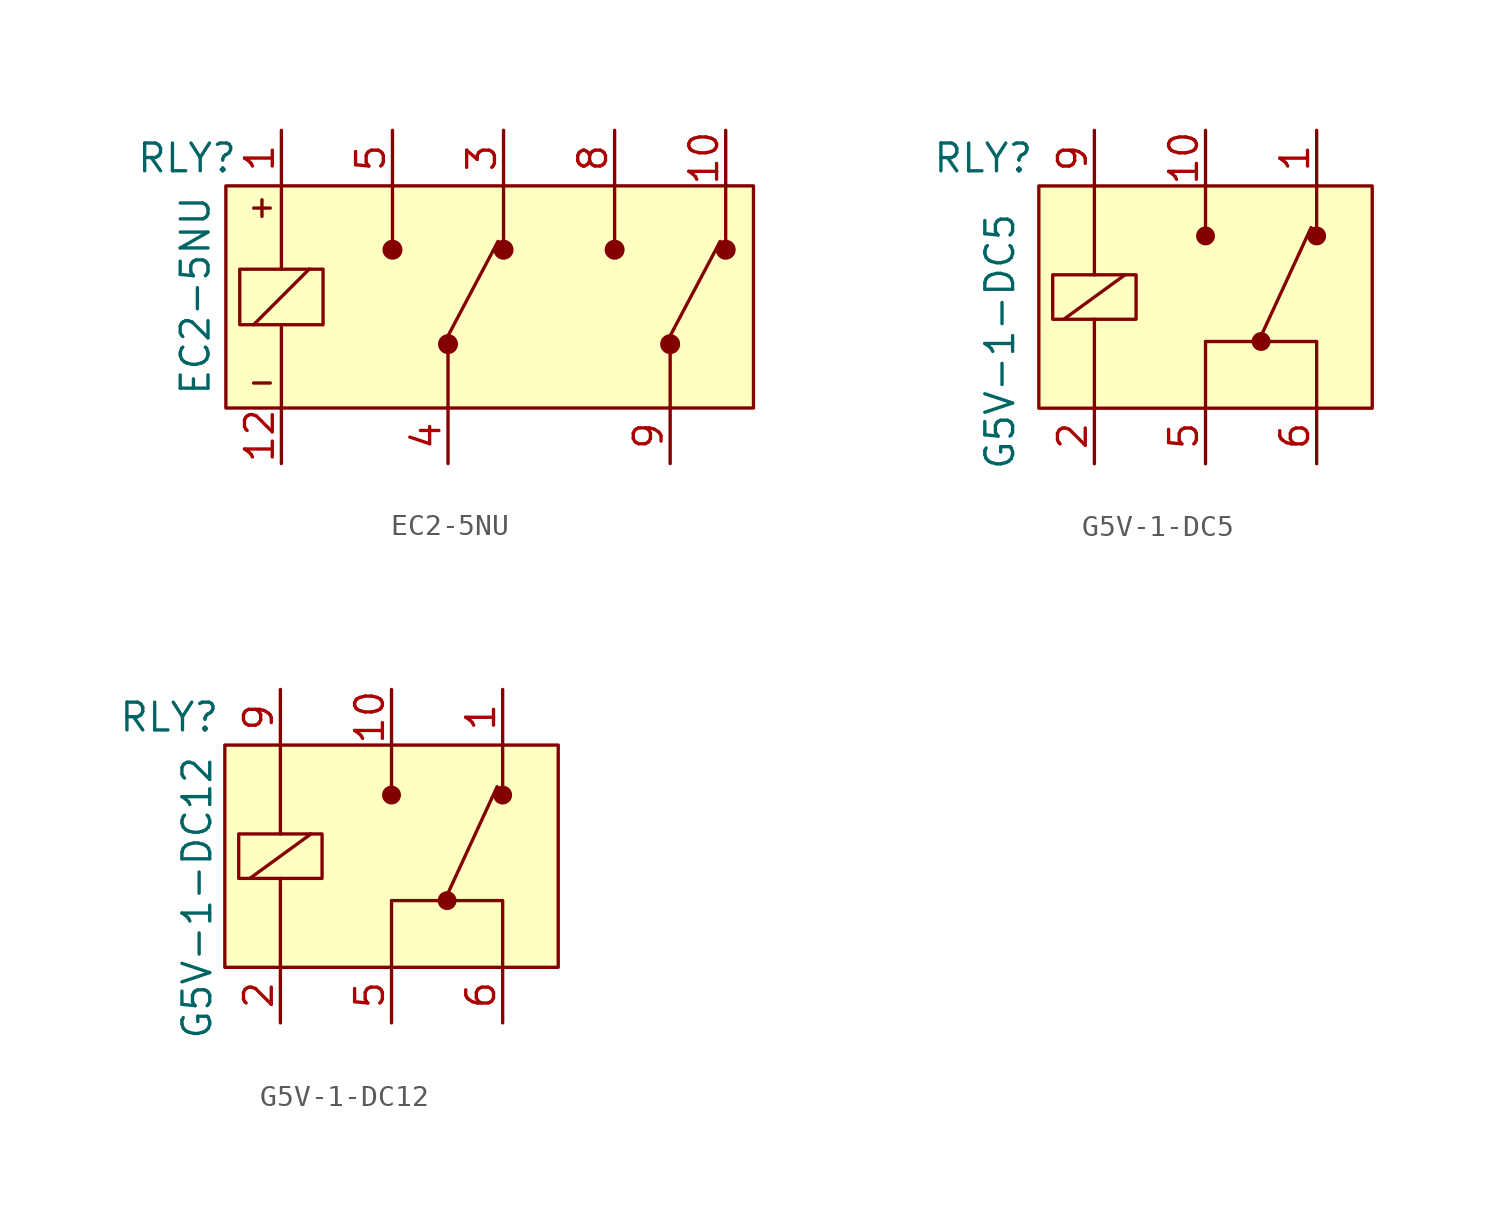
<source format=kicad_sym>
(kicad_symbol_lib
  (version 20231120)
  (generator "kicad_symbol_editor")
  (generator_version "8.0")
  (symbol "EC2-5NU"
    (pin_names
      (offset 1.016) hide)
    (property "Reference" "RLY"
      (at -14.478 6.35 0)
      (effects (font (size 1.27 1.27))))
    (property "Value" "EC2-5NU"
      (at -14.097 4.699 90)
      (effects (font (size 1.27 1.27)) (justify right)))
    (symbol "EC2-5NU_0_1"
      (rectangle (start -12.065 1.27) (end -8.255 -1.27) (stroke (width 0) (type solid)) (fill (type none)))
      (circle (center -5.08 2.159) (radius 0.381) (stroke (width 0) (type solid)) (fill (type outline)))
      (circle (center -2.54 -2.159) (radius 0.381) (stroke (width 0) (type solid)) (fill (type outline)))
      (polyline (pts (xy -11.43 -3.937) (xy -10.668 -3.937)) (stroke (width 0) (type solid)) (fill (type none)))
      (polyline (pts (xy -11.43 -1.27) (xy -8.89 1.27)) (stroke (width 0) (type solid)) (fill (type none)))
      (polyline (pts (xy -11.43 4.064) (xy -10.668 4.064)) (stroke (width 0) (type solid)) (fill (type none)))
      (polyline (pts (xy -11.049 4.445) (xy -11.049 3.683)) (stroke (width 0) (type solid)) (fill (type none)))
      (polyline (pts (xy -10.16 -5.08) (xy -10.16 -1.27)) (stroke (width 0) (type solid)) (fill (type none)))
      (polyline (pts (xy -10.16 5.08) (xy -10.16 1.27)) (stroke (width 0) (type solid)) (fill (type none)))
      (polyline (pts (xy -5.08 5.08) (xy -5.08 2.54)) (stroke (width 0) (type solid)) (fill (type none)))
      (polyline (pts (xy -2.54 -5.08) (xy -2.54 -2.54)) (stroke (width 0) (type solid)) (fill (type none)))
      (polyline (pts (xy -2.54 -1.778) (xy -0.254 2.54)) (stroke (width 0) (type solid)) (fill (type none)))
      (polyline (pts (xy 0 5.08) (xy 0 2.54)) (stroke (width 0) (type solid)) (fill (type none)))
      (polyline (pts (xy 5.08 5.08) (xy 5.08 2.54)) (stroke (width 0) (type solid)) (fill (type none)))
      (polyline (pts (xy 7.62 -5.08) (xy 7.62 -2.54)) (stroke (width 0) (type solid)) (fill (type none)))
      (polyline (pts (xy 7.62 -1.778) (xy 9.906 2.54)) (stroke (width 0) (type solid)) (fill (type none)))
      (polyline (pts (xy 10.16 5.08) (xy 10.16 2.54)) (stroke (width 0) (type solid)) (fill (type none)))
      (circle (center 0 2.159) (radius 0.381) (stroke (width 0) (type solid)) (fill (type outline)))
      (circle (center 5.08 2.159) (radius 0.381) (stroke (width 0) (type solid)) (fill (type outline)))
      (circle (center 7.62 -2.159) (radius 0.381) (stroke (width 0) (type solid)) (fill (type outline)))
      (circle (center 10.16 2.159) (radius 0.381) (stroke (width 0) (type solid)) (fill (type outline))))
    (symbol "EC2-5NU_1_1"
      (rectangle (start -12.7 5.08) (end 11.43 -5.08) (stroke (width 0) (type solid)) (fill (type background)))
      (pin passive line (at -10.16 7.62 270) (length 2.54) (name "COIL" (effects (font (size 1.27 1.27)))) (number "1" (effects (font (size 1.27 1.27)))))
      (pin passive line (at 10.16 7.62 270) (length 2.54) (name "NC2" (effects (font (size 1.27 1.27)))) (number "10" (effects (font (size 1.27 1.27)))))
      (pin passive line (at -10.16 -7.62 90) (length 2.54) (name "COIL" (effects (font (size 1.27 1.27)))) (number "12" (effects (font (size 1.27 1.27)))))
      (pin passive line (at 0 7.62 270) (length 2.54) (name "NC1" (effects (font (size 1.27 1.27)))) (number "3" (effects (font (size 1.27 1.27)))))
      (pin passive line (at -2.54 -7.62 90) (length 2.54) (name "COM1" (effects (font (size 1.27 1.27)))) (number "4" (effects (font (size 1.27 1.27)))))
      (pin passive line (at -5.08 7.62 270) (length 2.54) (name "NO1" (effects (font (size 1.27 1.27)))) (number "5" (effects (font (size 1.27 1.27)))))
      (pin passive line (at 5.08 7.62 270) (length 2.54) (name "NO2" (effects (font (size 1.27 1.27)))) (number "8" (effects (font (size 1.27 1.27)))))
      (pin passive line (at 7.62 -7.62 90) (length 2.54) (name "COM2" (effects (font (size 1.27 1.27)))) (number "9" (effects (font (size 1.27 1.27)))))))
  (symbol "G5V-1-DC5"
    (pin_names
      (offset 1.016) hide)
    (property "Reference" "RLY"
      (at -10.16 6.35 0)
      (effects (font (size 1.27 1.27))))
    (property "Value" "G5V-1-DC5"
      (at -9.398 -2.032 90)
      (effects (font (size 1.27 1.27))))
    (symbol "G5V-1-DC5_0_1"
      (rectangle (start -7.62 5.08) (end 7.62 -5.08) (stroke (width 0) (type solid)) (fill (type background)))
      (rectangle (start -6.985 1.016) (end -3.175 -1.016) (stroke (width 0) (type solid)) (fill (type none)))
      (polyline (pts (xy -6.477 -1.016) (xy -3.683 1.016)) (stroke (width 0) (type solid)) (fill (type none)))
      (polyline (pts (xy -5.08 -1.016) (xy -5.08 -5.08)) (stroke (width 0) (type solid)) (fill (type none)))
      (polyline (pts (xy -5.08 1.016) (xy -5.08 5.08)) (stroke (width 0) (type solid)) (fill (type none)))
      (polyline (pts (xy 0 -5.08) (xy 0 -2.032)) (stroke (width 0) (type solid)) (fill (type none)))
      (polyline (pts (xy 0 5.08) (xy 0 3.048)) (stroke (width 0) (type solid)) (fill (type none)))
      (polyline (pts (xy 2.54 -1.778) (xy 4.826 3.175)) (stroke (width 0) (type solid)) (fill (type none)))
      (polyline (pts (xy 5.08 5.08) (xy 5.08 3.048)) (stroke (width 0) (type solid)) (fill (type none)))
      (polyline (pts (xy 5.08 -5.08) (xy 5.08 -2.032) (xy 0 -2.032)) (stroke (width 0) (type solid)) (fill (type none)))
      (circle (center 0 2.794) (radius 0.356) (stroke (width 0) (type solid)) (fill (type outline)))
      (circle (center 2.54 -2.032) (radius 0.356) (stroke (width 0) (type solid)) (fill (type outline)))
      (circle (center 5.08 2.794) (radius 0.356) (stroke (width 0) (type solid)) (fill (type outline))))
    (symbol "G5V-1-DC5_1_1"
      (pin passive line (at 5.08 7.62 270) (length 2.54) (name "NC" (effects (font (size 1.27 1.27)))) (number "1" (effects (font (size 1.27 1.27)))))
      (pin passive line (at 0 7.62 270) (length 2.54) (name "NO" (effects (font (size 1.27 1.27)))) (number "10" (effects (font (size 1.27 1.27)))))
      (pin passive line (at -5.08 -7.62 90) (length 2.54) (name "COIL" (effects (font (size 1.27 1.27)))) (number "2" (effects (font (size 1.27 1.27)))))
      (pin passive line (at 0 -7.62 90) (length 2.54) (name "COM" (effects (font (size 1.27 1.27)))) (number "5" (effects (font (size 1.27 1.27)))))
      (pin passive line (at 5.08 -7.62 90) (length 2.54) (name "COM" (effects (font (size 1.27 1.27)))) (number "6" (effects (font (size 1.27 1.27)))))
      (pin passive line (at -5.08 7.62 270) (length 2.54) (name "COIL" (effects (font (size 1.27 1.27)))) (number "9" (effects (font (size 1.27 1.27)))))))
  (symbol "G5V-1-DC12"
    (pin_names
      (offset 1.016) hide)
    (property "Reference" "RLY"
      (at -10.16 6.35 0)
      (effects (font (size 1.27 1.27))))
    (property "Value" "G5V-1-DC12"
      (at -8.89 -1.905 90)
      (effects (font (size 1.27 1.27))))
    (symbol "G5V-1-DC12_0_1"
      (rectangle (start -7.62 5.08) (end 7.62 -5.08) (stroke (width 0) (type solid)) (fill (type background)))
      (rectangle (start -6.985 1.016) (end -3.175 -1.016) (stroke (width 0) (type solid)) (fill (type none)))
      (polyline (pts (xy -6.477 -1.016) (xy -3.683 1.016)) (stroke (width 0) (type solid)) (fill (type none)))
      (polyline (pts (xy -5.08 -1.016) (xy -5.08 -5.08)) (stroke (width 0) (type solid)) (fill (type none)))
      (polyline (pts (xy -5.08 1.016) (xy -5.08 5.08)) (stroke (width 0) (type solid)) (fill (type none)))
      (polyline (pts (xy 0 -5.08) (xy 0 -2.032)) (stroke (width 0) (type solid)) (fill (type none)))
      (polyline (pts (xy 0 5.08) (xy 0 3.048)) (stroke (width 0) (type solid)) (fill (type none)))
      (polyline (pts (xy 2.54 -1.778) (xy 4.826 3.175)) (stroke (width 0) (type solid)) (fill (type none)))
      (polyline (pts (xy 5.08 5.08) (xy 5.08 3.048)) (stroke (width 0) (type solid)) (fill (type none)))
      (polyline (pts (xy 5.08 -5.08) (xy 5.08 -2.032) (xy 0 -2.032)) (stroke (width 0) (type solid)) (fill (type none)))
      (circle (center 0 2.794) (radius 0.356) (stroke (width 0) (type solid)) (fill (type outline)))
      (circle (center 2.54 -2.032) (radius 0.356) (stroke (width 0) (type solid)) (fill (type outline)))
      (circle (center 5.08 2.794) (radius 0.356) (stroke (width 0) (type solid)) (fill (type outline))))
    (symbol "G5V-1-DC12_1_1"
      (pin passive line (at 5.08 7.62 270) (length 2.54) (name "NC" (effects (font (size 1.27 1.27)))) (number "1" (effects (font (size 1.27 1.27)))))
      (pin passive line (at 0 7.62 270) (length 2.54) (name "NO" (effects (font (size 1.27 1.27)))) (number "10" (effects (font (size 1.27 1.27)))))
      (pin passive line (at -5.08 -7.62 90) (length 2.54) (name "COIL" (effects (font (size 1.27 1.27)))) (number "2" (effects (font (size 1.27 1.27)))))
      (pin passive line (at 0 -7.62 90) (length 2.54) (name "COM" (effects (font (size 1.27 1.27)))) (number "5" (effects (font (size 1.27 1.27)))))
      (pin passive line (at 5.08 -7.62 90) (length 2.54) (name "COM" (effects (font (size 1.27 1.27)))) (number "6" (effects (font (size 1.27 1.27)))))
      (pin passive line (at -5.08 7.62 270) (length 2.54) (name "COIL" (effects (font (size 1.27 1.27)))) (number "9" (effects (font (size 1.27 1.27))))))))
</source>
